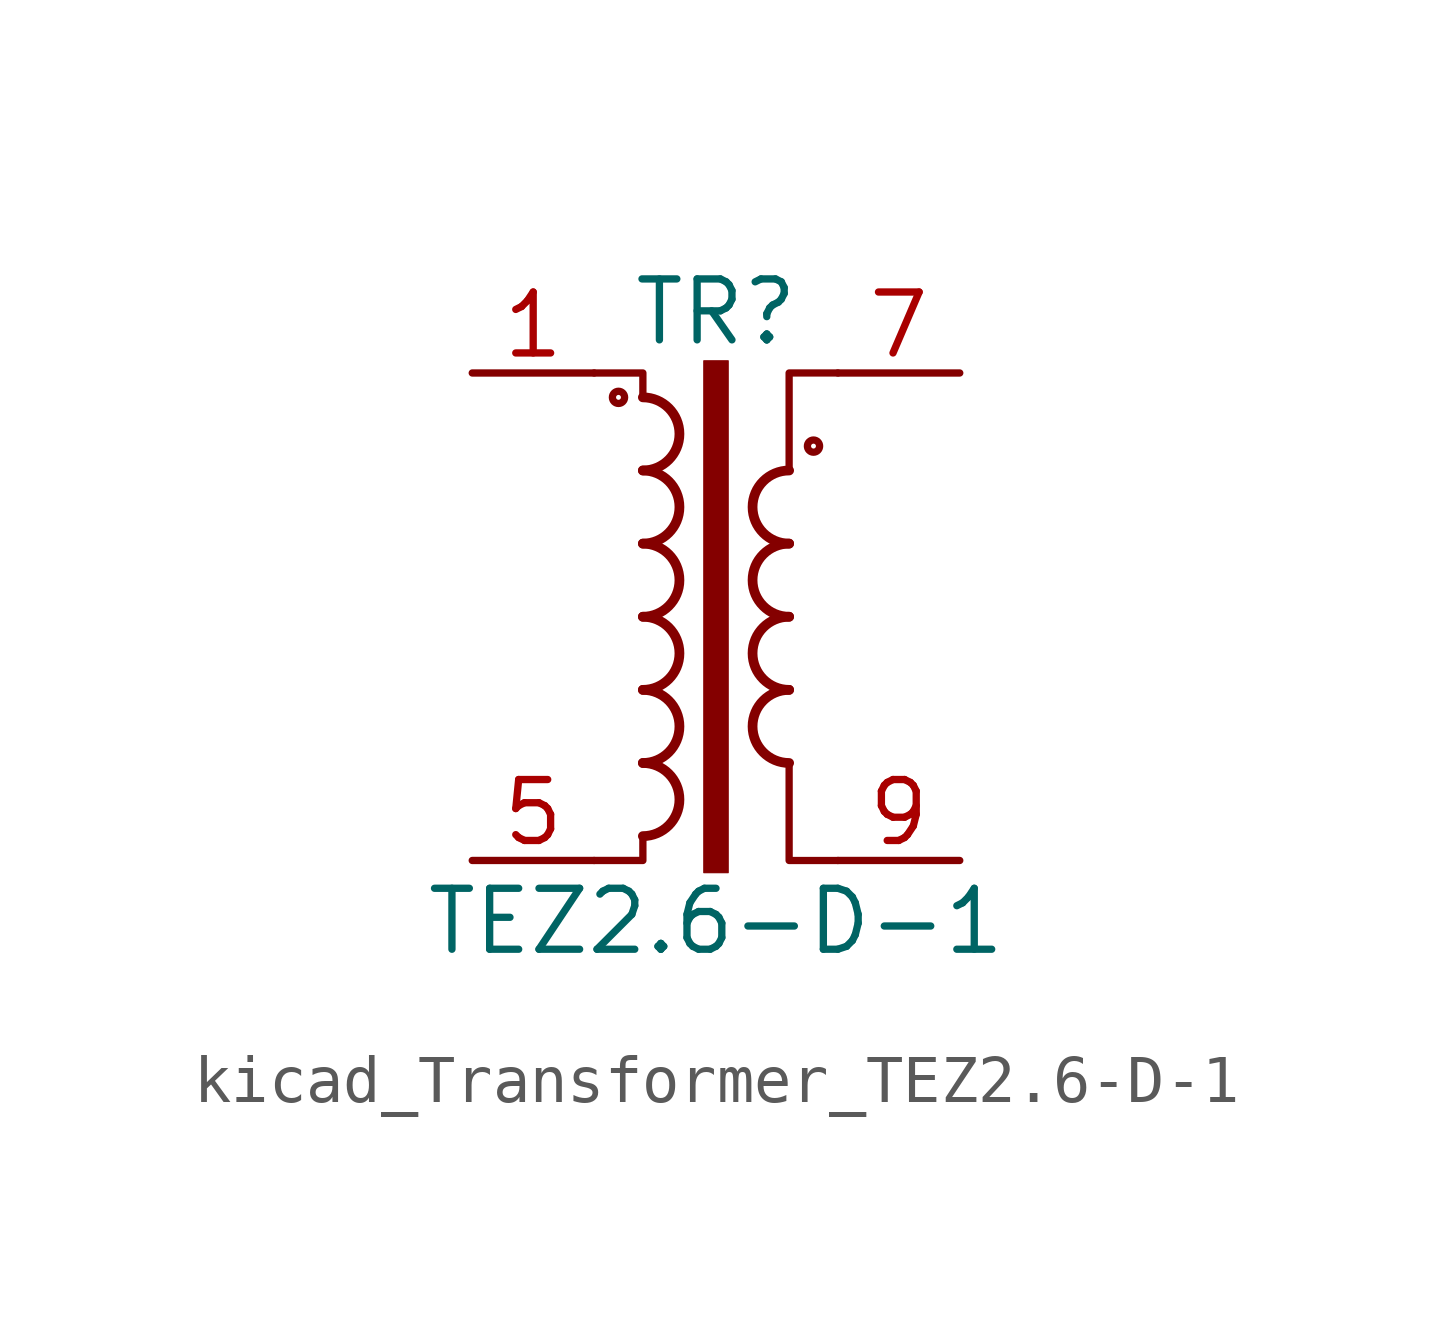
<source format=kicad_sym>
(kicad_symbol_lib
  (version 20220914)
  (generator kicad_symbol_editor)
  (symbol "kicad_Transformer_TEZ2.6-D-1"
    (pin_names
      (offset 0.025))
    (property "Reference" "TR"
      (at 0 6.35 0)
      (effects (font (size 1.27 1.27))))
    (property "Value" "TEZ2.6-D-1"
      (at 0 -6.35 0)
      (effects (font (size 1.27 1.27))))
    (symbol "kicad_Transformer_TEZ2.6-D-1_0_1"
      (circle (center -2.032 4.572) (radius 0.127) (stroke (width 0) (type default)) (fill (type none)))
      (arc (start -1.524 -4.572) (mid -0.7653 -3.81) (end -1.524 -3.048) (stroke (width 0.2032) (type default)) (fill (type none)))
      (arc (start -1.524 -3.048) (mid -0.7653 -2.286) (end -1.524 -1.524) (stroke (width 0.2032) (type default)) (fill (type none)))
      (arc (start -1.524 -1.524) (mid -0.7653 -0.762) (end -1.524 0) (stroke (width 0.2032) (type default)) (fill (type none)))
      (arc (start -1.524 0) (mid -0.7653 0.762) (end -1.524 1.524) (stroke (width 0.2032) (type default)) (fill (type none)))
      (arc (start -1.524 1.524) (mid -0.7653 2.286) (end -1.524 3.048) (stroke (width 0.2032) (type default)) (fill (type none)))
      (arc (start -1.524 3.048) (mid -0.7653 3.81) (end -1.524 4.572) (stroke (width 0.2032) (type default)) (fill (type none)))
      (rectangle (start -0.254 5.334) (end 0.254 -5.334) (stroke (width 0.025) (type default)) (fill (type outline)))
      (polyline (pts (xy -1.524 -4.572) (xy -1.524 -5.08) (xy -2.54 -5.08)) (stroke (width 0) (type default)) (fill (type none)))
      (polyline (pts (xy -1.524 4.572) (xy -1.524 5.08) (xy -2.54 5.08)) (stroke (width 0) (type default)) (fill (type none)))
      (polyline (pts (xy 1.524 3.048) (xy 1.524 5.08) (xy 2.54 5.08) (xy 2.54 5.08)) (stroke (width 0.152) (type default)) (fill (type none)))
      (polyline (pts (xy 2.54 -5.08) (xy 1.524 -5.08) (xy 1.524 -3.048) (xy 1.524 -3.048)) (stroke (width 0.152) (type default)) (fill (type none)))
      (arc (start 1.524 -1.524) (mid 0.7653 -2.286) (end 1.524 -3.048) (stroke (width 0.2032) (type default)) (fill (type none)))
      (arc (start 1.524 0) (mid 0.7653 -0.762) (end 1.524 -1.524) (stroke (width 0.2032) (type default)) (fill (type none)))
      (arc (start 1.524 1.524) (mid 0.7653 0.762) (end 1.524 0) (stroke (width 0.2032) (type default)) (fill (type none)))
      (arc (start 1.524 3.048) (mid 0.7653 2.286) (end 1.524 1.524) (stroke (width 0.2032) (type default)) (fill (type none)))
      (circle (center 2.032 3.556) (radius 0.127) (stroke (width 0) (type default)) (fill (type none))))
    (symbol "kicad_Transformer_TEZ2.6-D-1_1_1"
      (pin passive line (at -5.08 5.08 0) (length 2.54) (name "~" (effects (font (size 1.27 1.27)))) (number "1" (effects (font (size 1.27 1.27)))))
      (pin passive line (at -5.08 -5.08 0) (length 2.54) (name "~" (effects (font (size 1.27 1.27)))) (number "5" (effects (font (size 1.27 1.27)))))
      (pin passive line (at 5.08 5.08 180) (length 2.54) (name "~" (effects (font (size 1.27 1.27)))) (number "7" (effects (font (size 1.27 1.27)))))
      (pin passive line (at 5.08 -5.08 180) (length 2.54) (name "~" (effects (font (size 1.27 1.27)))) (number "9" (effects (font (size 1.27 1.27))))))))
</source>
